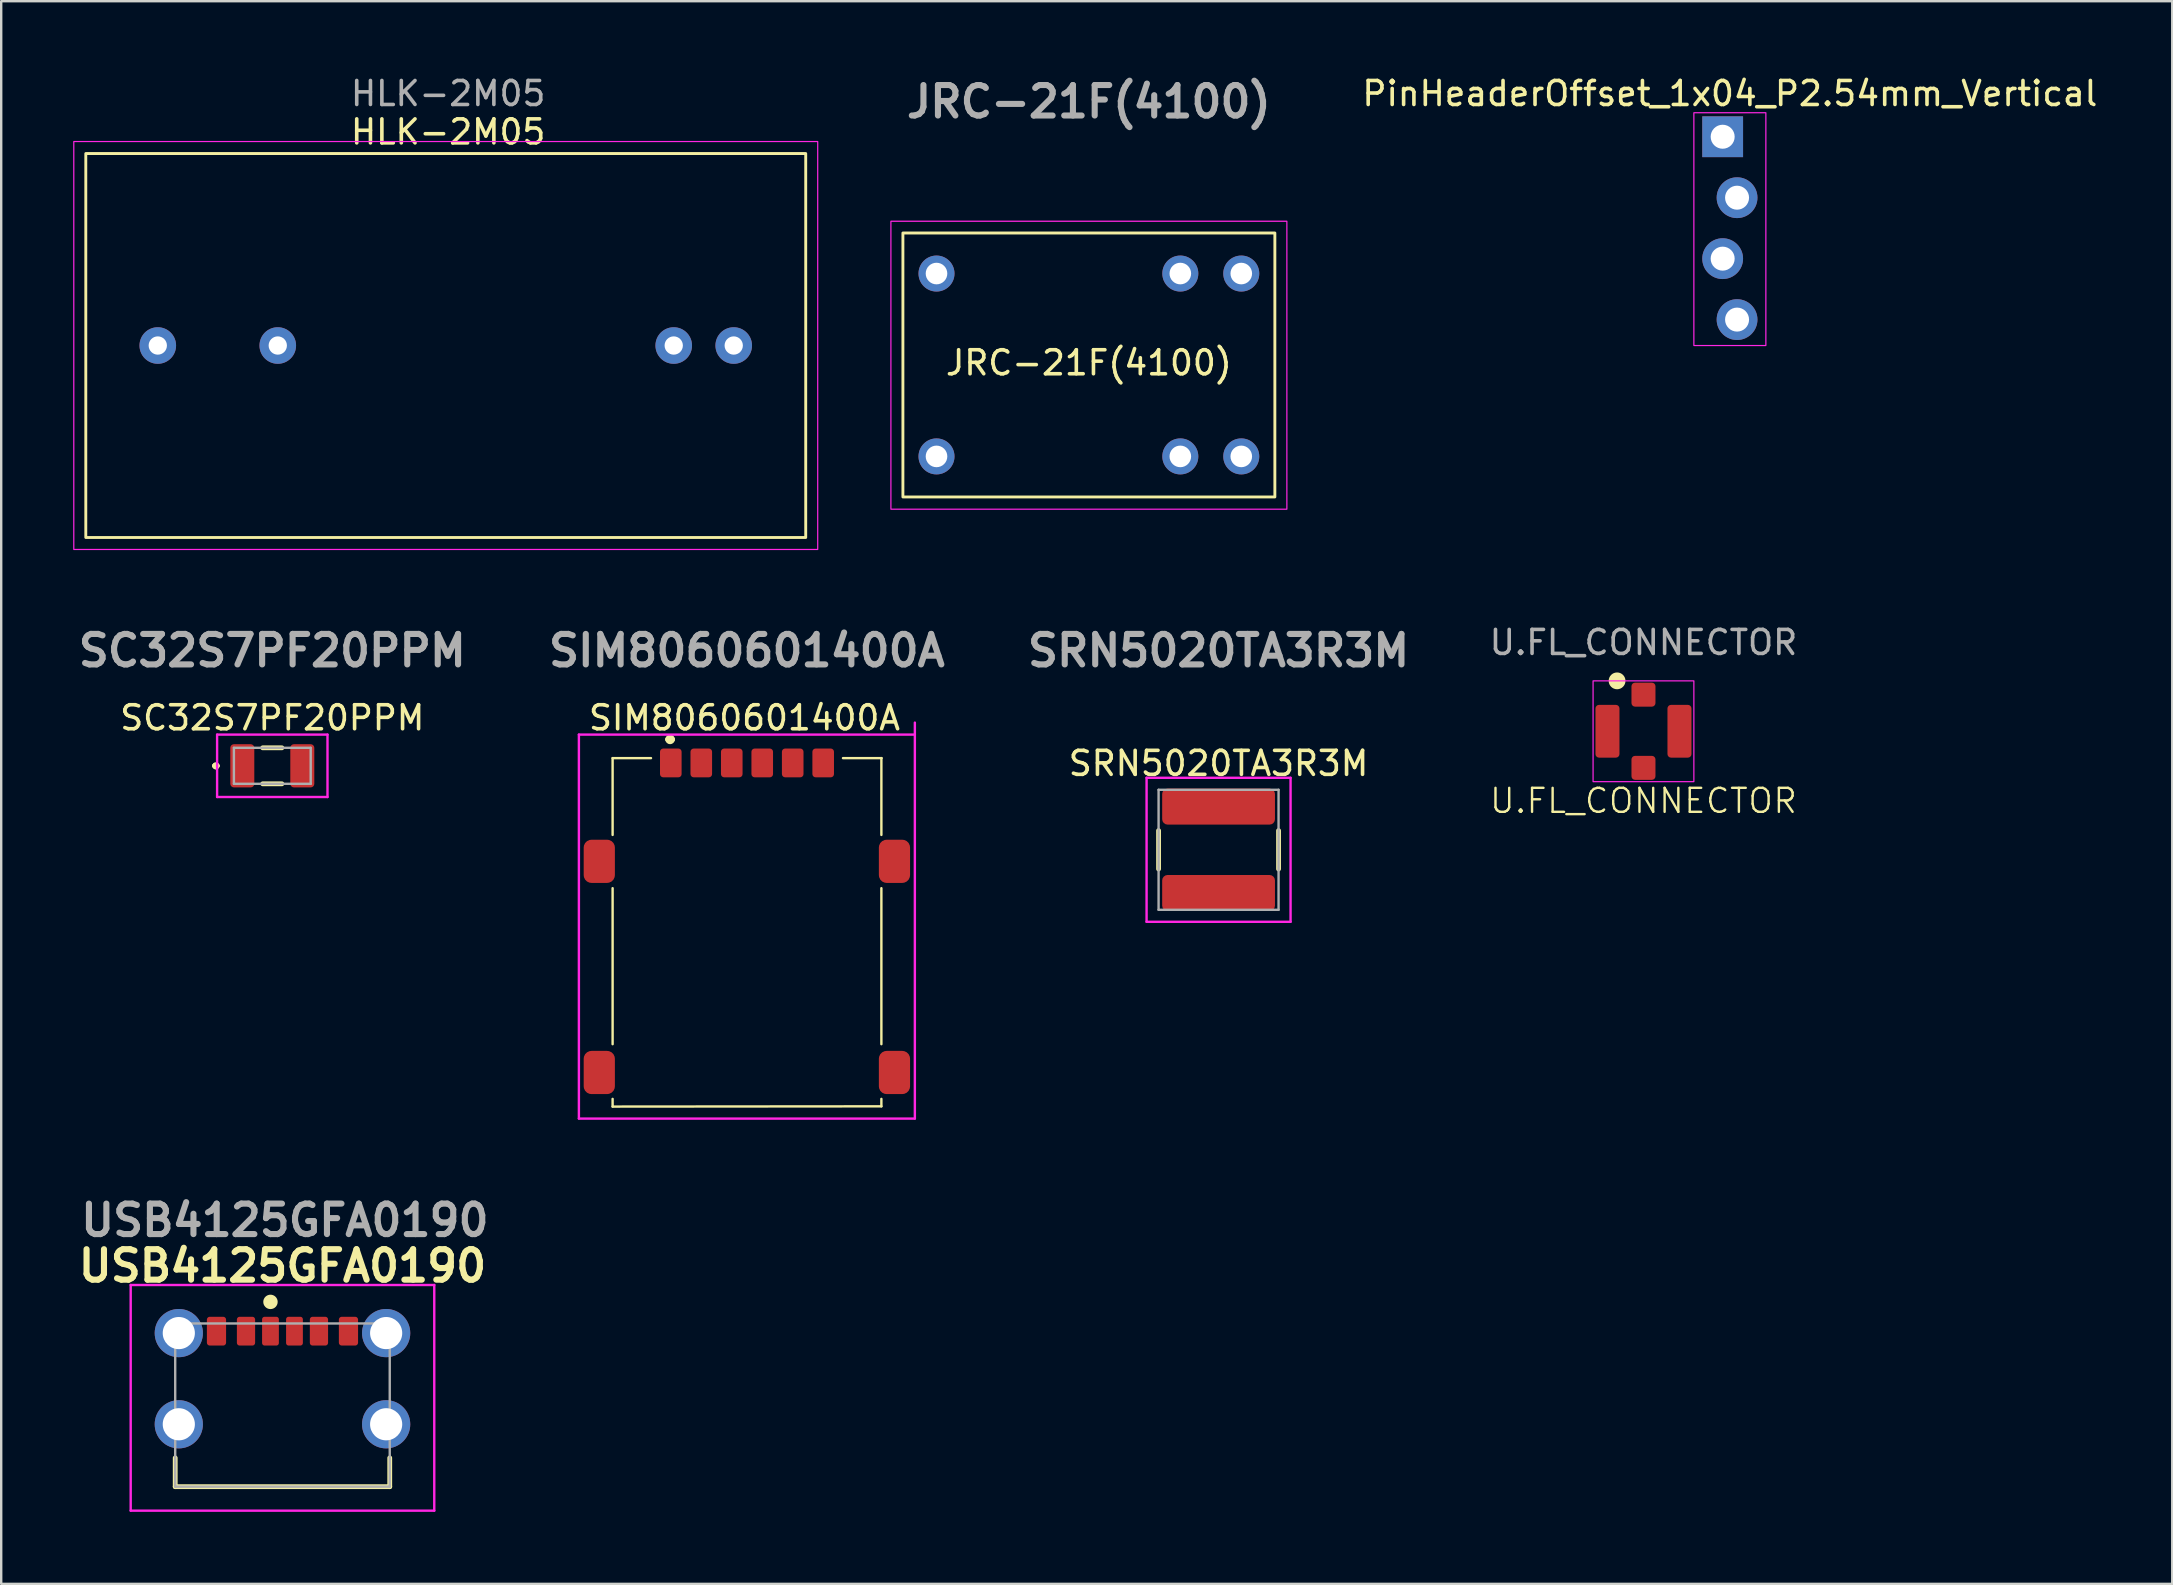
<source format=kicad_pcb>
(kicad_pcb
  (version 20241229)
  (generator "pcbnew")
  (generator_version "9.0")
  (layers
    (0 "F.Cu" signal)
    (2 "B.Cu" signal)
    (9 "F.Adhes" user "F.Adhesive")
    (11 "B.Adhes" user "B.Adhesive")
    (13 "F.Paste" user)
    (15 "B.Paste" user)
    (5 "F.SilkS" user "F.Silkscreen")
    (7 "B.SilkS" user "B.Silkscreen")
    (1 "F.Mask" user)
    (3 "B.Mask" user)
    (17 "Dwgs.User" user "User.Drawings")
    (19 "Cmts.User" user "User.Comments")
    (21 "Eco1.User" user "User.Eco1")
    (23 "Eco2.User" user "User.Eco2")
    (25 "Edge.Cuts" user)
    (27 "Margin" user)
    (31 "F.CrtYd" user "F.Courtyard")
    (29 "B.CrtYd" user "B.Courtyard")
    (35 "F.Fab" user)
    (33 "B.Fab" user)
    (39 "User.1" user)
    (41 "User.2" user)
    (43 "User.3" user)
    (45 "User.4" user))
  (footprint "SC32S7PF20PPM"
    (layer "F.Cu")
    (at 8.297 28.862)
    (property "Reference" "SC32S7PF20PPM" (at 0 -2 0) (layer "F.SilkS") (effects (font (size 1 1) (thickness 0.15))))
    (attr smd)
    (fp_line (start -2.4 0) (end -2.4 0) (stroke (width 0.2) (type solid)) (layer "F.SilkS"))
    (fp_line (start -2.4 0) (end -2.4 0) (stroke (width 0.2) (type solid)) (layer "F.SilkS"))
    (fp_line (start -2.3 0) (end -2.3 0) (stroke (width 0.2) (type solid)) (layer "F.SilkS"))
    (fp_line (start -0.4 -0.75) (end 0.4 -0.75) (stroke (width 0.2) (type solid)) (layer "F.SilkS"))
    (fp_line (start -0.4 0.75) (end 0.4 0.75) (stroke (width 0.2) (type solid)) (layer "F.SilkS"))
    (fp_arc (start -2.4 0) (mid -2.35 -0.05) (end -2.3 0) (stroke (width 0.2) (type solid)) (layer "F.SilkS"))
    (fp_arc (start -2.3 0) (mid -2.35 0.05) (end -2.4 0) (stroke (width 0.2) (type solid)) (layer "F.SilkS"))
    (fp_arc (start -2.3 0) (mid -2.35 0.05) (end -2.4 0) (stroke (width 0.2) (type solid)) (layer "F.SilkS"))
    (fp_line (start -2.3 -1.3) (end 2.3 -1.3) (stroke (width 0.1) (type solid)) (layer "F.CrtYd"))
    (fp_line (start -2.3 1.3) (end -2.3 -1.3) (stroke (width 0.1) (type solid)) (layer "F.CrtYd"))
    (fp_line (start 2.3 -1.3) (end 2.3 1.3) (stroke (width 0.1) (type solid)) (layer "F.CrtYd"))
    (fp_line (start 2.3 1.3) (end -2.3 1.3) (stroke (width 0.1) (type solid)) (layer "F.CrtYd"))
    (fp_line (start -1.6 -0.75) (end 1.6 -0.75) (stroke (width 0.1) (type solid)) (layer "F.Fab"))
    (fp_line (start -1.6 0.75) (end -1.6 -0.75) (stroke (width 0.1) (type solid)) (layer "F.Fab"))
    (fp_line (start 1.6 -0.75) (end 1.6 0.75) (stroke (width 0.1) (type solid)) (layer "F.Fab"))
    (fp_line (start 1.6 0.75) (end -1.6 0.75) (stroke (width 0.1) (type solid)) (layer "F.Fab"))
    (fp_text user "${REFERENCE}" (at 0 -4.8 0) (layer "F.Fab") (effects (font (size 1.27 1.27) (thickness 0.254))))
    (pad "1" smd roundrect (at -1.25 0) (size 1 1.8) (layers "F.Cu" "F.Mask" "F.Paste") (roundrect_rratio 0.15))
    (pad "2" smd roundrect (at 1.25 0) (size 1 1.8) (layers "F.Cu" "F.Mask" "F.Paste") (roundrect_rratio 0.15)))
  (footprint "SRN5020TA3R3M"
    (layer "F.Cu")
    (at 47.729 32.362)
    (property "Reference" "SRN5020TA3R3M" (at 0 -3.6 0) (layer "F.SilkS") (effects (font (size 1 1) (thickness 0.15))))
    (attr smd)
    (fp_line (start -2.5 -0.8) (end -2.5 0.8) (stroke (width 0.2) (type solid)) (layer "F.SilkS"))
    (fp_line (start 2.5 -0.8) (end 2.5 0.8) (stroke (width 0.2) (type solid)) (layer "F.SilkS"))
    (fp_line (start -3 -3) (end 3 -3) (stroke (width 0.1) (type solid)) (layer "F.CrtYd"))
    (fp_line (start -3 3) (end -3 -3) (stroke (width 0.1) (type solid)) (layer "F.CrtYd"))
    (fp_line (start 3 -3) (end 3 3) (stroke (width 0.1) (type solid)) (layer "F.CrtYd"))
    (fp_line (start 3 3) (end -3 3) (stroke (width 0.1) (type solid)) (layer "F.CrtYd"))
    (fp_line (start -2.5 -2.5) (end 2.5 -2.5) (stroke (width 0.1) (type solid)) (layer "F.Fab"))
    (fp_line (start -2.5 2.5) (end -2.5 -2.5) (stroke (width 0.1) (type solid)) (layer "F.Fab"))
    (fp_line (start 2.5 -2.5) (end 2.5 2.5) (stroke (width 0.1) (type solid)) (layer "F.Fab"))
    (fp_line (start 2.5 2.5) (end -2.5 2.5) (stroke (width 0.1) (type solid)) (layer "F.Fab"))
    (fp_text user "${REFERENCE}" (at 0 -8.3 0) (layer "F.Fab") (effects (font (size 1.27 1.27) (thickness 0.254))))
    (pad "1" smd roundrect (at 0 -1.8 90) (size 1.5 4.7) (layers "F.Cu" "F.Mask" "F.Paste") (roundrect_rratio 0.15))
    (pad "2" smd roundrect (at 0 1.8 90) (size 1.5 4.7) (layers "F.Cu" "F.Mask" "F.Paste") (roundrect_rratio 0.15)))
  (footprint "SIM8060601400A"
    (layer "F.Cu")
    (at 28.073 36.062)
    (property "Reference" "SIM8060601400A" (at -0.1 -9.2 0) (layer "F.SilkS") (effects (font (size 1 1) (thickness 0.15))))
    (attr smd)
    (fp_line (start -5.595 -7.52) (end -5.595 -4.32) (stroke (width 0.1) (type solid)) (layer "F.SilkS"))
    (fp_line (start -5.595 -2.1) (end -5.595 4.4) (stroke (width 0.1) (type solid)) (layer "F.SilkS"))
    (fp_line (start -5.595 6.68) (end -5.595 7) (stroke (width 0.1) (type solid)) (layer "F.SilkS"))
    (fp_line (start -5.595 7) (end 5.605 6.99) (stroke (width 0.1) (type solid)) (layer "F.SilkS"))
    (fp_line (start -3.995 -7.52) (end -5.595 -7.52) (stroke (width 0.1) (type solid)) (layer "F.SilkS"))
    (fp_line (start -3.3 -8.3) (end -3.3 -8.3) (stroke (width 0.2) (type solid)) (layer "F.SilkS"))
    (fp_line (start -3.1 -8.3) (end -3.1 -8.3) (stroke (width 0.2) (type solid)) (layer "F.SilkS"))
    (fp_line (start 4.005 -7.52) (end 5.605 -7.52) (stroke (width 0.1) (type solid)) (layer "F.SilkS"))
    (fp_line (start 5.605 -7.52) (end 5.605 -7.52) (stroke (width 0.1) (type solid)) (layer "F.SilkS"))
    (fp_line (start 5.605 -7.52) (end 5.605 -4.32) (stroke (width 0.1) (type solid)) (layer "F.SilkS"))
    (fp_line (start 5.605 -2.1) (end 5.605 4.4) (stroke (width 0.1) (type solid)) (layer "F.SilkS"))
    (fp_line (start 5.605 6.99) (end 5.605 6.68) (stroke (width 0.1) (type solid)) (layer "F.SilkS"))
    (fp_arc (start -3.3 -8.3) (mid -3.2 -8.4) (end -3.1 -8.3) (stroke (width 0.2) (type solid)) (layer "F.SilkS"))
    (fp_arc (start -3.1 -8.3) (mid -3.2 -8.2) (end -3.3 -8.3) (stroke (width 0.2) (type solid)) (layer "F.SilkS"))
    (fp_line (start -7 -8.5) (end 7 -8.5) (stroke (width 0.1) (type solid)) (layer "F.CrtYd"))
    (fp_line (start -7 7.5) (end -7 -8.5) (stroke (width 0.1) (type solid)) (layer "F.CrtYd"))
    (fp_line (start 7 -9) (end 7 7.5) (stroke (width 0.1) (type solid)) (layer "F.CrtYd"))
    (fp_line (start 7 7.5) (end -7 7.5) (stroke (width 0.1) (type solid)) (layer "F.CrtYd"))
    (fp_text user "${REFERENCE}" (at 0 -12 0) (layer "F.Fab") (effects (font (size 1.27 1.27) (thickness 0.254))))
    (pad "C1" smd roundrect (at -3.17 -7.32) (size 0.9 1.2) (layers "F.Cu" "F.Mask" "F.Paste") (roundrect_rratio 0.15))
    (pad "C2" smd roundrect (at -0.63 -7.32) (size 0.9 1.2) (layers "F.Cu" "F.Mask" "F.Paste") (roundrect_rratio 0.15))
    (pad "C3" smd roundrect (at 1.91 -7.32) (size 0.9 1.2) (layers "F.Cu" "F.Mask" "F.Paste") (roundrect_rratio 0.15))
    (pad "C5" smd roundrect (at -1.9 -7.32) (size 0.9 1.2) (layers "F.Cu" "F.Mask" "F.Paste") (roundrect_rratio 0.15))
    (pad "C6" smd roundrect (at 0.64 -7.32) (size 0.9 1.2) (layers "F.Cu" "F.Mask" "F.Paste") (roundrect_rratio 0.15))
    (pad "C7" smd roundrect (at 3.18 -7.32) (size 0.9 1.2) (layers "F.Cu" "F.Mask" "F.Paste") (roundrect_rratio 0.15))
    (pad "G1" smd roundrect (at -6.15 -3.22) (size 1.3 1.8) (layers "F.Cu" "F.Mask" "F.Paste") (roundrect_rratio 0.25))
    (pad "G2" smd roundrect (at 6.15 -3.22) (size 1.3 1.8) (layers "F.Cu" "F.Mask" "F.Paste") (roundrect_rratio 0.25))
    (pad "G3" smd roundrect (at -6.15 5.58) (size 1.3 1.8) (layers "F.Cu" "F.Mask" "F.Paste") (roundrect_rratio 0.25))
    (pad "G4" smd roundrect (at 6.15 5.58) (size 1.3 1.8) (layers "F.Cu" "F.Mask" "F.Paste") (roundrect_rratio 0.25)))
  (footprint "USB4125GFA0190"
    (layer "F.Cu")
    (at 8.721 55.501)
    (property "Reference" "USB4125GFA0190" (at 0 -5.8 0) (layer "F.SilkS") (effects (font (size 1.27 1.27) (thickness 0.254))))
    (attr through_hole)
    (fp_line (start -4.47 2.2) (end -4.47 3.4) (stroke (width 0.2) (type solid)) (layer "F.SilkS"))
    (fp_line (start -4.47 3.4) (end 4.47 3.4) (stroke (width 0.2) (type solid)) (layer "F.SilkS"))
    (fp_line (start -0.5 -4.3) (end -0.5 -4.3) (stroke (width 0.6) (type solid)) (layer "F.SilkS"))
    (fp_line (start -0.5 -4.2) (end -0.5 -4.2) (stroke (width 0.1) (type solid)) (layer "F.SilkS"))
    (fp_line (start 4.47 3.4) (end 4.47 2.2) (stroke (width 0.2) (type solid)) (layer "F.SilkS"))
    (fp_arc (start -0.5 -4.3) (mid -0.45 -4.25) (end -0.5 -4.2) (stroke (width 0.1) (type solid)) (layer "F.SilkS"))
    (fp_arc (start -0.5 -4.2) (mid -0.55 -4.25) (end -0.5 -4.3) (stroke (width 0.1) (type solid)) (layer "F.SilkS"))
    (fp_line (start -6.325 -5.005) (end 6.325 -5.005) (stroke (width 0.1) (type solid)) (layer "F.CrtYd"))
    (fp_line (start -6.325 4.4) (end -6.325 -5.005) (stroke (width 0.1) (type solid)) (layer "F.CrtYd"))
    (fp_line (start 6.325 -5.005) (end 6.325 4.4) (stroke (width 0.1) (type solid)) (layer "F.CrtYd"))
    (fp_line (start 6.325 4.4) (end -6.325 4.4) (stroke (width 0.1) (type solid)) (layer "F.CrtYd"))
    (fp_line (start -4.47 -3.4) (end 4.47 -3.4) (stroke (width 0.1) (type solid)) (layer "F.Fab"))
    (fp_line (start -4.47 3.4) (end -4.47 -3.4) (stroke (width 0.1) (type solid)) (layer "F.Fab"))
    (fp_line (start 4.47 -3.4) (end 4.47 3.4) (stroke (width 0.1) (type solid)) (layer "F.Fab"))
    (fp_line (start 4.47 3.4) (end -4.47 3.4) (stroke (width 0.1) (type solid)) (layer "F.Fab"))
    (fp_text user "${REFERENCE}" (at 0.1 -7.7 0) (layer "F.Fab") (effects (font (size 1.27 1.27) (thickness 0.254))))
    (pad "A5" smd roundrect (at -0.5 -3.08) (size 0.7 1.2) (layers "F.Cu" "F.Mask" "F.Paste") (roundrect_rratio 0.15))
    (pad "A9" smd roundrect (at 1.52 -3.08) (size 0.76 1.2) (layers "F.Cu" "F.Mask" "F.Paste") (roundrect_rratio 0.15))
    (pad "A12" smd roundrect (at 2.75 -3.08) (size 0.8 1.2) (layers "F.Cu" "F.Mask" "F.Paste") (roundrect_rratio 0.15))
    (pad "B5" smd roundrect (at 0.5 -3.08) (size 0.7 1.2) (layers "F.Cu" "F.Mask" "F.Paste") (roundrect_rratio 0.15))
    (pad "B9" smd roundrect (at -1.52 -3.08) (size 0.76 1.2) (layers "F.Cu" "F.Mask" "F.Paste") (roundrect_rratio 0.15))
    (pad "B12" smd roundrect (at -2.75 -3.08) (size 0.8 1.2) (layers "F.Cu" "F.Mask" "F.Paste") (roundrect_rratio 0.15))
    (pad "MH1" thru_hole circle (at -4.32 -3) (size 2.01 2.01) (drill 1.34) (layers "*.Cu" "*.Mask"))
    (pad "MH2" thru_hole circle (at -4.32 0.8) (size 2.01 2.01) (drill 1.34) (layers "*.Cu" "*.Mask"))
    (pad "MH3" thru_hole circle (at 4.32 0.8) (size 2.01 2.01) (drill 1.34) (layers "*.Cu" "*.Mask"))
    (pad "MH4" thru_hole circle (at 4.32 -3) (size 2.01 2.01) (drill 1.34) (layers "*.Cu" "*.Mask")))
  (footprint "U.FL_CONNECTOR"
    (layer "F.Cu")
    (at 65.435 27.422)
    (property "Reference" "U.FL_CONNECTOR" (at 0 2.9 0) (unlocked yes) (layer "F.SilkS") (effects (font (size 1 1) (thickness 0.1))))
    (attr smd)
    (fp_circle (center -1.1 -2.1) (end -0.8 -2.1) (stroke (width 0.1) (type solid)) (fill yes) (layer "F.SilkS"))
    (fp_rect (start -2.1 -2.1) (end 2.1 2.1) (stroke (width 0.05) (type default)) (fill no) (layer "F.CrtYd"))
    (fp_text user "${REFERENCE}" (at 0 -3.7 0) (unlocked yes) (layer "F.Fab") (effects (font (size 1 1) (thickness 0.15))))
    (pad "1" smd roundrect (at 0 -1.525) (size 1 1) (layers "F.Cu" "F.Mask" "F.Paste") (roundrect_rratio 0.15))
    (pad "2" smd roundrect (at -1.5 0) (size 1 2.2) (layers "F.Cu" "F.Mask" "F.Paste") (roundrect_rratio 0.15))
    (pad "2" smd roundrect (at 0 1.525) (size 1 1) (layers "F.Cu" "F.Mask" "F.Paste") (roundrect_rratio 0.15))
    (pad "2" smd roundrect (at 1.5 0) (size 1 2.2) (layers "F.Cu" "F.Mask" "F.Paste") (roundrect_rratio 0.15))
    (zone (net_name "") (layers "F.Cu" "B.Cu") (hatch edge 0.5) (connect_pads) (min_thickness 0.25) (filled_areas_thickness no) (keepout (tracks not_allowed) (vias not_allowed) (pads not_allowed) (copperpour not_allowed) (footprints allowed)) (placement (enabled no)) (fill) (polygon (pts (xy 64.435 26.422) (xy 66.435 26.422) (xy 66.435 28.422) (xy 64.435 28.422)))))
  (footprint "PinHeaderOffset_1x04_P2.54mm_Vertical"
    (layer "F.Cu")
    (at 69.035 2.648)
    (property "Reference" "PinHeaderOffset_1x04_P2.54mm_Vertical" (at 0 -1.8 0) (layer "F.SilkS") (effects (font (size 1 1) (thickness 0.15))))
    (attr through_hole)
    (fp_rect (start -1.5 -1) (end 1.5 8.7) (stroke (width 0.05) (type default)) (fill no) (layer "F.CrtYd"))
    (pad "1" thru_hole rect (at -0.3 0) (size 1.7 1.7) (drill 1) (layers "*.Cu" "*.Mask"))
    (pad "2" thru_hole oval (at 0.3 2.54) (size 1.7 1.7) (drill 1) (layers "*.Cu" "*.Mask"))
    (pad "3" thru_hole oval (at -0.3 5.08) (size 1.7 1.7) (drill 1) (layers "*.Cu" "*.Mask"))
    (pad "4" thru_hole oval (at 0.3 7.62) (size 1.7 1.7) (drill 1) (layers "*.Cu" "*.Mask")))
  (footprint "JRC-21F(4100)"
    (layer "F.Cu")
    (at 42.325 12.169)
    (property "Reference" "JRC-21F(4100)" (at 0 -0.1 0) (layer "F.SilkS") (effects (font (size 1 1) (thickness 0.15))))
    (attr through_hole)
    (fp_rect (start -7.75 -5.51) (end 7.75 5.49) (stroke (width 0.12) (type default)) (fill no) (layer "F.SilkS"))
    (fp_rect (start -8.25 -6) (end 8.25 6) (stroke (width 0.05) (type default)) (fill no) (layer "F.CrtYd"))
    (fp_text user "${REFERENCE}" (at 0 -10.98 0) (layer "F.Fab") (effects (font (size 1.27 1.27) (thickness 0.254))))
    (pad "1" thru_hole circle (at -6.35 3.8) (size 1.5 1.5) (drill 0.9) (layers "*.Cu" "*.Mask"))
    (pad "2" thru_hole circle (at 3.81 3.8) (size 1.5 1.5) (drill 0.9) (layers "*.Cu" "*.Mask"))
    (pad "3" thru_hole circle (at 6.35 3.8) (size 1.5 1.5) (drill 0.9) (layers "*.Cu" "*.Mask"))
    (pad "4" thru_hole circle (at 6.35 -3.82) (size 1.5 1.5) (drill 0.9) (layers "*.Cu" "*.Mask"))
    (pad "5" thru_hole circle (at 3.81 -3.82) (size 1.5 1.5) (drill 0.9) (layers "*.Cu" "*.Mask"))
    (pad "6" thru_hole circle (at -6.35 -3.82) (size 1.5 1.5) (drill 0.9) (layers "*.Cu" "*.Mask")))
  (footprint "HLK-2M05"
    (layer "F.Cu")
    (at 15.625 11.348)
    (property "Reference" "HLK-2M05" (at 0 -8.9 0) (unlocked yes) (layer "F.SilkS") (effects (font (size 1 1) (thickness 0.15))))
    (attr through_hole)
    (fp_rect (start -15.1 -8) (end 14.9 8) (stroke (width 0.12) (type solid)) (fill no) (layer "F.SilkS"))
    (fp_rect (start -15.6 -8.5) (end 15.4 8.5) (stroke (width 0.05) (type default)) (fill no) (layer "F.CrtYd"))
    (fp_text user "${REFERENCE}" (at 0 -10.5 0) (unlocked yes) (layer "F.Fab") (effects (font (size 1 1) (thickness 0.15))))
    (pad "1" thru_hole circle (at -12.1 0) (size 1.524 1.524) (drill 0.762) (layers "*.Cu" "*.Mask"))
    (pad "2" thru_hole circle (at -7.1 0) (size 1.524 1.524) (drill 0.762) (layers "*.Cu" "*.Mask"))
    (pad "3" thru_hole circle (at 9.4 0) (size 1.524 1.524) (drill 0.762) (layers "*.Cu" "*.Mask"))
    (pad "4" thru_hole circle (at 11.9 0) (size 1.524 1.524) (drill 0.762) (layers "*.Cu" "*.Mask")))
  (gr_rect
    (start -3 -3)
    (end 87.469 62.951)
    (stroke (width 0.1) (type default))
    (fill no)
    (layer "Edge.Cuts")))
</source>
